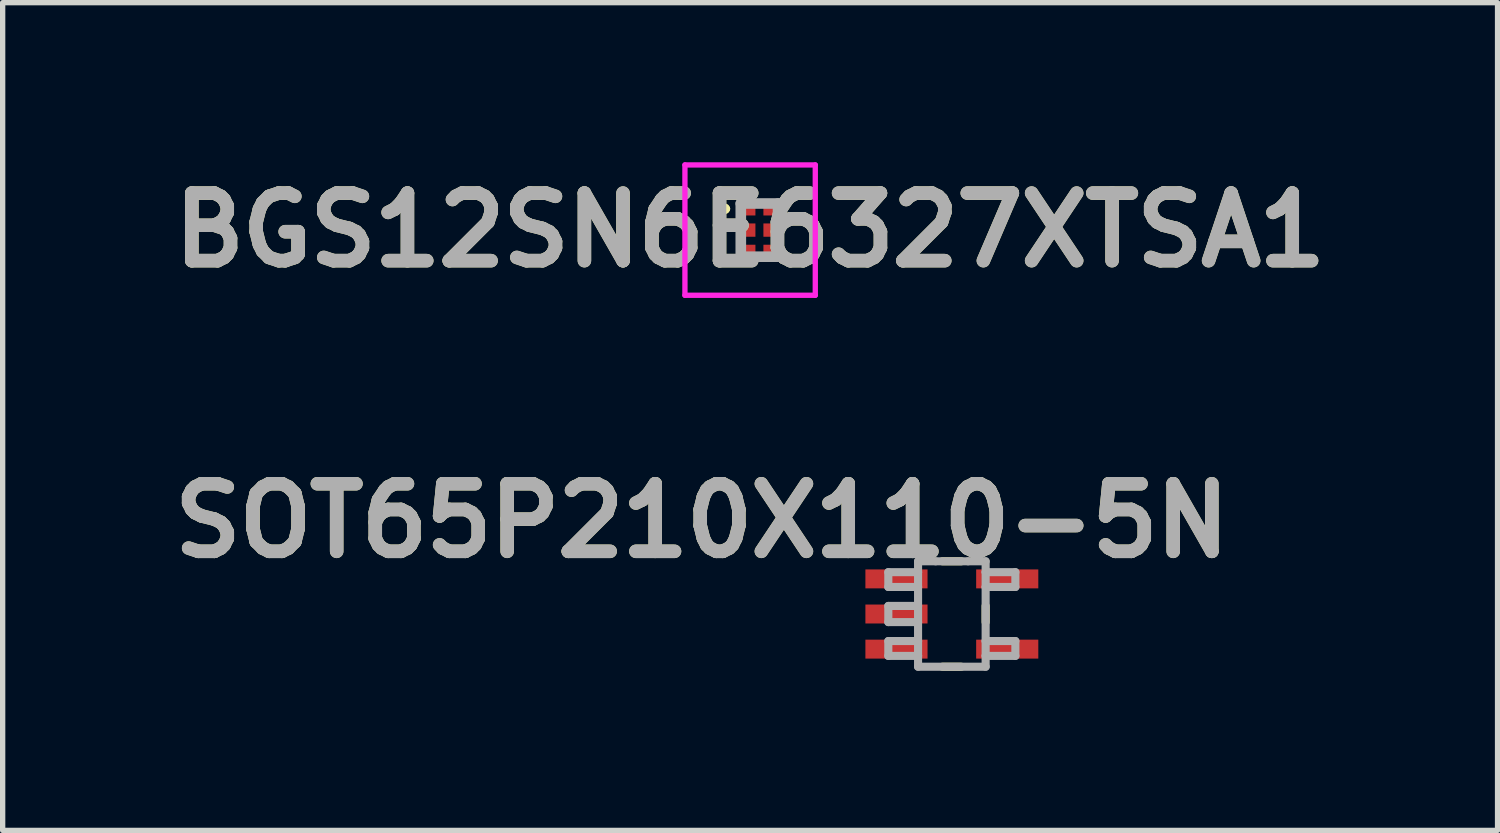
<source format=kicad_pcb>
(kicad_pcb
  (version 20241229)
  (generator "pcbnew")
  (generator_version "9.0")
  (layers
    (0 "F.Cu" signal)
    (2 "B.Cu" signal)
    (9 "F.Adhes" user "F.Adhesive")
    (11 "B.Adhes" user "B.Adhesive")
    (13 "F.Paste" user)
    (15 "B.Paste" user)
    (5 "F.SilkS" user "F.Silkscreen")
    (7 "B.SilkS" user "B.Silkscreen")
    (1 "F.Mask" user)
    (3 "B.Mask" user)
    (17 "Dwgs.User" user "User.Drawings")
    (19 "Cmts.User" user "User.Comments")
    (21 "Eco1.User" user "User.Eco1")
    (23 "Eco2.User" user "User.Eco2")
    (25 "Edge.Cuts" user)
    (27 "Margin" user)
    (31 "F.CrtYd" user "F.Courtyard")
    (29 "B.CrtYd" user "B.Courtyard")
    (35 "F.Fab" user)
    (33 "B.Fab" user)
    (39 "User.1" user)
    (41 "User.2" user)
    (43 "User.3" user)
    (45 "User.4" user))
  (footprint "BGS12SN6E6327XTSA1"
    (layer "F.Cu")
    (at 11.049 1.275)
    (property "Reference" "BGS12SN6E6327XTSA1" (at 0 0 0) (layer "F.SilkS") (effects (font (size 1.27 1.27) (thickness 0.254))))
    (attr smd)
    (fp_line (start -0.525 -0.4) (end -0.525 -0.4) (stroke (width 0.1) (type solid)) (layer "F.SilkS"))
    (fp_line (start -0.425 -0.4) (end -0.425 -0.4) (stroke (width 0.1) (type solid)) (layer "F.SilkS"))
    (fp_arc (start -0.525 -0.4) (mid -0.475 -0.45) (end -0.425 -0.4) (stroke (width 0.1) (type solid)) (layer "F.SilkS"))
    (fp_arc (start -0.425 -0.4) (mid -0.475 -0.35) (end -0.525 -0.4) (stroke (width 0.1) (type solid)) (layer "F.SilkS"))
    (fp_line (start -1.225 -1.225) (end 1.225 -1.225) (stroke (width 0.1) (type solid)) (layer "F.CrtYd"))
    (fp_line (start -1.225 1.225) (end -1.225 -1.225) (stroke (width 0.1) (type solid)) (layer "F.CrtYd"))
    (fp_line (start 1.225 -1.225) (end 1.225 1.225) (stroke (width 0.1) (type solid)) (layer "F.CrtYd"))
    (fp_line (start 1.225 1.225) (end -1.225 1.225) (stroke (width 0.1) (type solid)) (layer "F.CrtYd"))
    (fp_line (start -0.175 -0.5) (end 0.525 -0.5) (stroke (width 0.2) (type solid)) (layer "F.Fab"))
    (fp_line (start -0.175 0.5) (end -0.175 -0.5) (stroke (width 0.2) (type solid)) (layer "F.Fab"))
    (fp_line (start 0.525 -0.5) (end 0.525 0.5) (stroke (width 0.2) (type solid)) (layer "F.Fab"))
    (fp_line (start 0.525 0.5) (end -0.175 0.5) (stroke (width 0.2) (type solid)) (layer "F.Fab"))
    (fp_text user "${REFERENCE}" (at 0 0 0) (layer "F.Fab") (effects (font (size 1.27 1.27) (thickness 0.254))))
    (pad "1" smd rect (at -0.025 -0.4 90) (size 0.25 0.25) (layers "F.Cu" "F.Mask" "F.Paste"))
    (pad "2" smd rect (at -0.025 0 90) (size 0.25 0.25) (layers "F.Cu" "F.Mask" "F.Paste"))
    (pad "3" smd rect (at -0.025 0.4 90) (size 0.25 0.25) (layers "F.Cu" "F.Mask" "F.Paste"))
    (pad "4" smd rect (at 0.375 0.4 90) (size 0.25 0.25) (layers "F.Cu" "F.Mask" "F.Paste"))
    (pad "5" smd rect (at 0.375 0 90) (size 0.25 0.25) (layers "F.Cu" "F.Mask" "F.Paste"))
    (pad "6" smd rect (at 0.375 -0.4 90) (size 0.25 0.25) (layers "F.Cu" "F.Mask" "F.Paste")))
  (footprint "SOT65P210X110-5N"
    (layer "F.Cu")
    (at 14.841 8.491)
    (property "Reference" "SOT65P210X110-5N" (at -4.699 -1.753 0) (layer "F.SilkS") (effects (font (size 1.27 1.27) (thickness 0.254))))
    (attr smd)
    (fp_line (start -0.178 0.991) (end 0.178 0.991) (stroke (width 0.152) (type solid)) (layer "F.SilkS"))
    (fp_line (start 0.178 -0.991) (end -0.178 -0.991) (stroke (width 0.152) (type solid)) (layer "F.SilkS"))
    (fp_line (start 0.635 0.152) (end 0.635 -0.152) (stroke (width 0.152) (type solid)) (layer "F.SilkS"))
    (fp_line (start -1.194 -0.787) (end -1.194 -0.508) (stroke (width 0.152) (type solid)) (layer "F.Fab"))
    (fp_line (start -1.194 -0.508) (end -0.635 -0.508) (stroke (width 0.152) (type solid)) (layer "F.Fab"))
    (fp_line (start -1.194 -0.152) (end -1.194 0.152) (stroke (width 0.152) (type solid)) (layer "F.Fab"))
    (fp_line (start -1.194 0.152) (end -0.635 0.152) (stroke (width 0.152) (type solid)) (layer "F.Fab"))
    (fp_line (start -1.194 0.508) (end -1.194 0.787) (stroke (width 0.152) (type solid)) (layer "F.Fab"))
    (fp_line (start -1.194 0.787) (end -0.635 0.787) (stroke (width 0.152) (type solid)) (layer "F.Fab"))
    (fp_line (start -0.635 -0.991) (end -0.635 -0.787) (stroke (width 0.152) (type solid)) (layer "F.Fab"))
    (fp_line (start -0.635 -0.787) (end -1.194 -0.787) (stroke (width 0.152) (type solid)) (layer "F.Fab"))
    (fp_line (start -0.635 -0.787) (end -0.635 -0.508) (stroke (width 0.152) (type solid)) (layer "F.Fab"))
    (fp_line (start -0.635 -0.508) (end -0.635 -0.152) (stroke (width 0.152) (type solid)) (layer "F.Fab"))
    (fp_line (start -0.635 -0.152) (end -1.194 -0.152) (stroke (width 0.152) (type solid)) (layer "F.Fab"))
    (fp_line (start -0.635 -0.152) (end -0.635 0.152) (stroke (width 0.152) (type solid)) (layer "F.Fab"))
    (fp_line (start -0.635 0.152) (end -0.635 0.508) (stroke (width 0.152) (type solid)) (layer "F.Fab"))
    (fp_line (start -0.635 0.508) (end -1.194 0.508) (stroke (width 0.152) (type solid)) (layer "F.Fab"))
    (fp_line (start -0.635 0.787) (end -0.635 0.508) (stroke (width 0.152) (type solid)) (layer "F.Fab"))
    (fp_line (start -0.635 0.991) (end -0.635 0.787) (stroke (width 0.152) (type solid)) (layer "F.Fab"))
    (fp_line (start -0.635 0.991) (end 0.635 0.991) (stroke (width 0.152) (type solid)) (layer "F.Fab"))
    (fp_line (start -0.305 -0.991) (end -0.635 -0.991) (stroke (width 0.152) (type solid)) (layer "F.Fab"))
    (fp_line (start 0.305 -0.991) (end -0.305 -0.991) (stroke (width 0.152) (type solid)) (layer "F.Fab"))
    (fp_line (start 0.635 -0.991) (end 0.305 -0.991) (stroke (width 0.152) (type solid)) (layer "F.Fab"))
    (fp_line (start 0.635 -0.991) (end 0.635 -0.787) (stroke (width 0.152) (type solid)) (layer "F.Fab"))
    (fp_line (start 0.635 -0.787) (end 0.635 -0.508) (stroke (width 0.152) (type solid)) (layer "F.Fab"))
    (fp_line (start 0.635 -0.508) (end 1.194 -0.508) (stroke (width 0.152) (type solid)) (layer "F.Fab"))
    (fp_line (start 0.635 0.508) (end 0.635 -0.508) (stroke (width 0.152) (type solid)) (layer "F.Fab"))
    (fp_line (start 0.635 0.787) (end 0.635 0.508) (stroke (width 0.152) (type solid)) (layer "F.Fab"))
    (fp_line (start 0.635 0.787) (end 1.194 0.787) (stroke (width 0.152) (type solid)) (layer "F.Fab"))
    (fp_line (start 0.635 0.991) (end 0.635 0.787) (stroke (width 0.152) (type solid)) (layer "F.Fab"))
    (fp_line (start 1.194 -0.787) (end 0.635 -0.787) (stroke (width 0.152) (type solid)) (layer "F.Fab"))
    (fp_line (start 1.194 -0.508) (end 1.194 -0.787) (stroke (width 0.152) (type solid)) (layer "F.Fab"))
    (fp_line (start 1.194 0.508) (end 0.635 0.508) (stroke (width 0.152) (type solid)) (layer "F.Fab"))
    (fp_line (start 1.194 0.787) (end 1.194 0.508) (stroke (width 0.152) (type solid)) (layer "F.Fab"))
    (fp_text user "${REFERENCE}" (at -4.699 -1.753 0) (layer "F.Fab") (effects (font (size 1.27 1.27) (thickness 0.254))))
    (pad "1" smd rect (at -1.041 -0.66 90) (size 0.356 1.168) (layers "F.Cu" "F.Mask" "F.Paste"))
    (pad "2" smd rect (at -1.041 0 90) (size 0.356 1.168) (layers "F.Cu" "F.Mask" "F.Paste"))
    (pad "3" smd rect (at -1.041 0.66 90) (size 0.356 1.168) (layers "F.Cu" "F.Mask" "F.Paste"))
    (pad "4" smd rect (at 1.041 0.66 90) (size 0.356 1.168) (layers "F.Cu" "F.Mask" "F.Paste"))
    (pad "5" smd rect (at 1.041 -0.66 90) (size 0.356 1.168) (layers "F.Cu" "F.Mask" "F.Paste")))
  (gr_rect
    (start -3 -3)
    (end 25.098 12.558)
    (stroke (width 0.1) (type default))
    (fill no)
    (layer "Edge.Cuts")))
</source>
